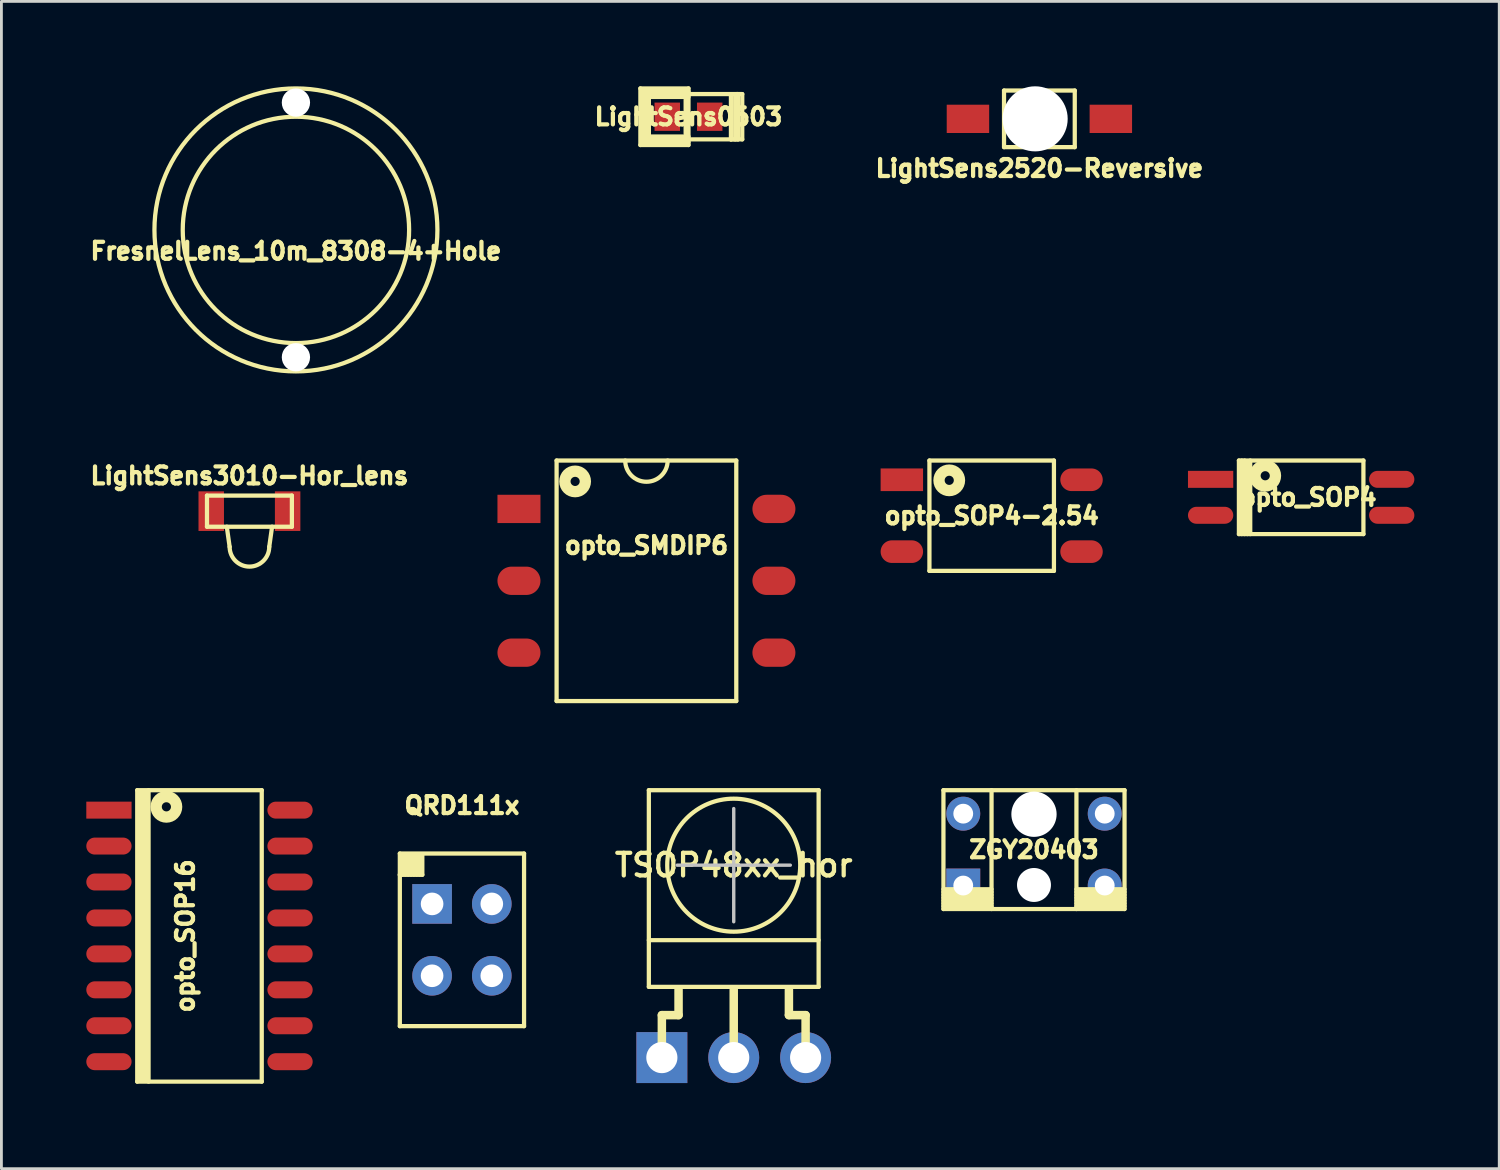
<source format=kicad_pcb>
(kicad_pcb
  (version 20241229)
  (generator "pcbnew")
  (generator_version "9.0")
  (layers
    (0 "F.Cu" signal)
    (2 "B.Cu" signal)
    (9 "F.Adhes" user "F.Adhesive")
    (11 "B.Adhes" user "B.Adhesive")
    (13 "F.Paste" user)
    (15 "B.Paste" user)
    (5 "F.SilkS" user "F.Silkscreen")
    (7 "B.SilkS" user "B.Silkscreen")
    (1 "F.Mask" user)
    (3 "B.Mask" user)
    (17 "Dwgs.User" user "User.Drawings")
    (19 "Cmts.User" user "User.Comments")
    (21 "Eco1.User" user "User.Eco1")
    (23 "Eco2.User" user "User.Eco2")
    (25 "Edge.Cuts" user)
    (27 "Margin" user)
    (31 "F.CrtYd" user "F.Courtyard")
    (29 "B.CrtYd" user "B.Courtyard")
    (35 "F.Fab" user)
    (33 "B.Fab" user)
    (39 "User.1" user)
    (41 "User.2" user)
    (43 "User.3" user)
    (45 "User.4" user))
  (footprint "TSOP48xx_hor"
    (layer "F.Cu")
    (at 22.88 27.525)
    (property "Reference" "TSOP48xx_hor" (at 0 0 0) (layer "F.SilkS") (effects (font (size 0.8 0.8) (thickness 0.15))))
    (attr through_hole)
    (fp_line (start -3 -2.65) (end -3 4.3) (stroke (width 0.15) (type default)) (layer "F.SilkS"))
    (fp_line (start -2.54 5.3) (end -1.95 5.3) (stroke (width 0.3) (type default)) (layer "F.SilkS"))
    (fp_line (start -2.54 6.8) (end -2.54 5.3) (stroke (width 0.3) (type default)) (layer "F.SilkS"))
    (fp_line (start -1.95 4.4) (end -1.95 5.3) (stroke (width 0.3) (type default)) (layer "F.SilkS"))
    (fp_line (start 0 4.4) (end 0 6.8) (stroke (width 0.3) (type default)) (layer "F.SilkS"))
    (fp_line (start 1.95 4.4) (end 1.95 5.3) (stroke (width 0.3) (type default)) (layer "F.SilkS"))
    (fp_line (start 2.54 5.3) (end 1.95 5.3) (stroke (width 0.3) (type default)) (layer "F.SilkS"))
    (fp_line (start 2.54 6.8) (end 2.54 5.3) (stroke (width 0.3) (type default)) (layer "F.SilkS"))
    (fp_line (start 3 -2.65) (end -3 -2.65) (stroke (width 0.15) (type default)) (layer "F.SilkS"))
    (fp_line (start 3 2.65) (end -3 2.65) (stroke (width 0.15) (type default)) (layer "F.SilkS"))
    (fp_line (start 3 4.3) (end -3 4.3) (stroke (width 0.15) (type default)) (layer "F.SilkS"))
    (fp_line (start 3 4.3) (end 3 -2.65) (stroke (width 0.15) (type default)) (layer "F.SilkS"))
    (fp_circle (center 0 0) (end 2.35 0) (stroke (width 0.15) (type default)) (fill no) (layer "F.SilkS"))
    (fp_line (start 0 2) (end 0 -2) (stroke (width 0.12) (type default)) (layer "Dwgs.User"))
    (fp_line (start 2 0) (end -2 0) (stroke (width 0.12) (type default)) (layer "Dwgs.User"))
    (pad "1" thru_hole rect (at -2.54 6.8) (size 1.8 1.8) (drill 1.1) (layers "*.Cu" "*.Mask"))
    (pad "2" thru_hole circle (at 0 6.8) (size 1.8 1.8) (drill 1.1) (layers "*.Cu" "*.Mask"))
    (pad "3" thru_hole circle (at 2.54 6.8) (size 1.8 1.8) (drill 1.1) (layers "*.Cu" "*.Mask")))
  (footprint "opto_SOP16"
    (layer "F.Cu")
    (at 4 30.025)
    (property "Reference" "opto_SOP16" (at -0.5 0 270) (layer "F.SilkS") (effects (font (size 0.6 0.6) (thickness 0.15))))
    (attr smd)
    (fp_line (start -2.2 -5.15) (end -2.2 5.15) (stroke (width 0.15) (type solid)) (layer "F.SilkS"))
    (fp_line (start -2.1 5.1) (end -2.1 -5.1) (stroke (width 0.15) (type solid)) (layer "F.SilkS"))
    (fp_line (start -2 -5.1) (end -2 5.1) (stroke (width 0.15) (type solid)) (layer "F.SilkS"))
    (fp_line (start -1.9 5.1) (end -1.9 -5.1) (stroke (width 0.15) (type solid)) (layer "F.SilkS"))
    (fp_line (start -1.8 -5.15) (end -1.8 5.15) (stroke (width 0.15) (type solid)) (layer "F.SilkS"))
    (fp_line (start 2.2 -5.15) (end -2.2 -5.15) (stroke (width 0.15) (type solid)) (layer "F.SilkS"))
    (fp_line (start 2.2 5.15) (end -2.2 5.15) (stroke (width 0.15) (type solid)) (layer "F.SilkS"))
    (fp_line (start 2.2 5.15) (end 2.2 -5.15) (stroke (width 0.15) (type solid)) (layer "F.SilkS"))
    (fp_circle (center -1.17 -4.562) (end -1.17 -4.4) (stroke (width 0.4) (type solid)) (fill no) (layer "F.SilkS"))
    (pad "1" smd rect (at -3.2 -4.445) (size 1.6 0.6) (layers "F.Cu" "F.Mask" "F.Paste"))
    (pad "2" smd oval (at -3.2 -3.175) (size 1.6 0.6) (layers "F.Cu" "F.Mask" "F.Paste"))
    (pad "3" smd oval (at -3.2 -1.905) (size 1.6 0.6) (layers "F.Cu" "F.Mask" "F.Paste"))
    (pad "4" smd oval (at -3.2 -0.635) (size 1.6 0.6) (layers "F.Cu" "F.Mask" "F.Paste"))
    (pad "5" smd oval (at -3.2 0.635) (size 1.6 0.6) (layers "F.Cu" "F.Mask" "F.Paste"))
    (pad "6" smd oval (at -3.2 1.905) (size 1.6 0.6) (layers "F.Cu" "F.Mask" "F.Paste"))
    (pad "7" smd oval (at -3.2 3.175) (size 1.6 0.6) (layers "F.Cu" "F.Mask" "F.Paste"))
    (pad "8" smd oval (at -3.2 4.445) (size 1.6 0.6) (layers "F.Cu" "F.Mask" "F.Paste"))
    (pad "9" smd oval (at 3.2 4.445) (size 1.6 0.6) (layers "F.Cu" "F.Mask" "F.Paste"))
    (pad "10" smd oval (at 3.2 3.175) (size 1.6 0.6) (layers "F.Cu" "F.Mask" "F.Paste"))
    (pad "11" smd oval (at 3.2 1.905) (size 1.6 0.6) (layers "F.Cu" "F.Mask" "F.Paste"))
    (pad "12" smd oval (at 3.2 0.635) (size 1.6 0.6) (layers "F.Cu" "F.Mask" "F.Paste"))
    (pad "13" smd oval (at 3.2 -0.635) (size 1.6 0.6) (layers "F.Cu" "F.Mask" "F.Paste"))
    (pad "14" smd oval (at 3.2 -1.905) (size 1.6 0.6) (layers "F.Cu" "F.Mask" "F.Paste"))
    (pad "15" smd oval (at 3.2 -3.175) (size 1.6 0.6) (layers "F.Cu" "F.Mask" "F.Paste"))
    (pad "16" smd oval (at 3.2 -4.445) (size 1.6 0.6) (layers "F.Cu" "F.Mask" "F.Paste")))
  (footprint "LightSens0603"
    (layer "F.Cu")
    (at 21.281 1.075)
    (property "Reference" "LightSens0603" (at 0 0 0) (layer "F.SilkS") (effects (font (size 0.6 0.6) (thickness 0.15))))
    (attr smd)
    (fp_line (start -1.7 -1) (end -1.7 1) (stroke (width 0.15) (type solid)) (layer "F.SilkS"))
    (fp_line (start -1.7 1) (end 0 1) (stroke (width 0.15) (type solid)) (layer "F.SilkS"))
    (fp_line (start -1.6 -0.9) (end 0 -0.9) (stroke (width 0.15) (type solid)) (layer "F.SilkS"))
    (fp_line (start -1.6 0.9) (end -1.6 -0.9) (stroke (width 0.15) (type solid)) (layer "F.SilkS"))
    (fp_line (start -1.5 -0.8) (end 1.5 -0.8) (stroke (width 0.15) (type solid)) (layer "F.SilkS"))
    (fp_line (start -1.5 0.8) (end -1.5 -0.8) (stroke (width 0.15) (type solid)) (layer "F.SilkS"))
    (fp_line (start -1.4 -0.7) (end 0 -0.7) (stroke (width 0.15) (type solid)) (layer "F.SilkS"))
    (fp_line (start -1.4 0.7) (end -1.4 -0.7) (stroke (width 0.15) (type solid)) (layer "F.SilkS"))
    (fp_line (start -0.1 0.6) (end -0.1 -0.6) (stroke (width 0.15) (type solid)) (layer "F.SilkS"))
    (fp_line (start 0 -1) (end -1.7 -1) (stroke (width 0.15) (type solid)) (layer "F.SilkS"))
    (fp_line (start 0 -0.8) (end 0 -1) (stroke (width 0.15) (type solid)) (layer "F.SilkS"))
    (fp_line (start 0 0.7) (end -1.4 0.7) (stroke (width 0.15) (type solid)) (layer "F.SilkS"))
    (fp_line (start 0 0.8) (end 0 -0.8) (stroke (width 0.15) (type solid)) (layer "F.SilkS"))
    (fp_line (start 0 0.9) (end -1.6 0.9) (stroke (width 0.15) (type solid)) (layer "F.SilkS"))
    (fp_line (start 0 1) (end 0 0.8) (stroke (width 0.15) (type solid)) (layer "F.SilkS"))
    (fp_line (start 1.5 -0.8) (end 1.5 0.8) (stroke (width 0.15) (type solid)) (layer "F.SilkS"))
    (fp_line (start 1.5 -0.8) (end 1.65 -0.8) (stroke (width 0.15) (type solid)) (layer "F.SilkS"))
    (fp_line (start 1.5 0.8) (end -1.5 0.8) (stroke (width 0.15) (type solid)) (layer "F.SilkS"))
    (fp_line (start 1.5 0.8) (end 1.75 0.8) (stroke (width 0.15) (type solid)) (layer "F.SilkS"))
    (fp_line (start 1.65 -0.8) (end 1.65 0.8) (stroke (width 0.15) (type solid)) (layer "F.SilkS"))
    (fp_line (start 1.65 0.8) (end 1.5 0.8) (stroke (width 0.15) (type solid)) (layer "F.SilkS"))
    (fp_line (start 1.7 -0.8) (end 1.9 -0.8) (stroke (width 0.15) (type solid)) (layer "F.SilkS"))
    (fp_line (start 1.75 -0.8) (end 1.65 -0.8) (stroke (width 0.15) (type solid)) (layer "F.SilkS"))
    (fp_line (start 1.75 0.8) (end 1.75 -0.8) (stroke (width 0.15) (type solid)) (layer "F.SilkS"))
    (fp_line (start 1.9 -0.8) (end 1.9 0.8) (stroke (width 0.15) (type solid)) (layer "F.SilkS"))
    (fp_line (start 1.9 0.8) (end 1.7 0.8) (stroke (width 0.15) (type solid)) (layer "F.SilkS"))
    (pad "C" smd rect (at -0.75 0) (size 0.9 1) (layers "F.Cu" "F.Mask" "F.Paste"))
    (pad "E" smd rect (at 0.75 0) (size 0.9 1) (layers "F.Cu" "F.Mask" "F.Paste")))
  (footprint "opto_SMDIP6"
    (layer "F.Cu")
    (at 19.795 17.475)
    (property "Reference" "opto_SMDIP6" (at 0 -1.25 0) (layer "F.SilkS") (effects (font (size 0.6 0.6) (thickness 0.15))))
    (attr smd)
    (fp_line (start -3.175 -4.25) (end -3.175 4.25) (stroke (width 0.15) (type solid)) (layer "F.SilkS"))
    (fp_line (start 3.175 -4.25) (end -3.175 -4.25) (stroke (width 0.15) (type solid)) (layer "F.SilkS"))
    (fp_line (start 3.175 4.25) (end -3.175 4.25) (stroke (width 0.15) (type solid)) (layer "F.SilkS"))
    (fp_line (start 3.175 4.25) (end 3.175 -4.25) (stroke (width 0.15) (type solid)) (layer "F.SilkS"))
    (fp_arc (start 0.75 -4.25) (mid 0 -3.5) (end -0.75 -4.25) (stroke (width 0.15) (type solid)) (layer "F.SilkS"))
    (fp_circle (center -2.52 -3.512) (end -2.52 -3.35) (stroke (width 0.4) (type solid)) (fill no) (layer "F.SilkS"))
    (pad "1" smd rect (at -4.505 -2.54) (size 1.52 1) (layers "F.Cu" "F.Mask" "F.Paste"))
    (pad "2" smd oval (at -4.505 0) (size 1.52 1) (layers "F.Cu" "F.Mask" "F.Paste"))
    (pad "3" smd oval (at -4.505 2.54) (size 1.52 1) (layers "F.Cu" "F.Mask" "F.Paste"))
    (pad "4" smd oval (at 4.505 2.54) (size 1.52 1) (layers "F.Cu" "F.Mask" "F.Paste"))
    (pad "5" smd oval (at 4.505 0) (size 1.52 1) (layers "F.Cu" "F.Mask" "F.Paste"))
    (pad "6" smd oval (at 4.505 -2.54) (size 1.52 1) (layers "F.Cu" "F.Mask" "F.Paste")))
  (footprint "QRD111x"
    (layer "F.Cu")
    (at 13.275 30.164)
    (property "Reference" "QRD111x" (at 0 -4.75 0) (layer "F.SilkS") (effects (font (size 0.6 0.6) (thickness 0.15))))
    (attr through_hole)
    (fp_line (start -2.2 -2.3) (end -1.4 -2.3) (stroke (width 0.15) (type solid)) (layer "F.SilkS"))
    (fp_line (start -2.195 3.05) (end -2.195 -3.05) (stroke (width 0.15) (type solid)) (layer "F.SilkS"))
    (fp_line (start -2.1 -2.3) (end -2.1 -3) (stroke (width 0.15) (type solid)) (layer "F.SilkS"))
    (fp_line (start -2 -2.3) (end -2 -3) (stroke (width 0.15) (type solid)) (layer "F.SilkS"))
    (fp_line (start -1.9 -2.3) (end -1.9 -3) (stroke (width 0.15) (type solid)) (layer "F.SilkS"))
    (fp_line (start -1.8 -2.3) (end -1.8 -3) (stroke (width 0.15) (type solid)) (layer "F.SilkS"))
    (fp_line (start -1.7 -2.3) (end -1.7 -3) (stroke (width 0.15) (type solid)) (layer "F.SilkS"))
    (fp_line (start -1.6 -2.3) (end -1.6 -3) (stroke (width 0.15) (type solid)) (layer "F.SilkS"))
    (fp_line (start -1.5 -2.3) (end -1.5 -3) (stroke (width 0.15) (type solid)) (layer "F.SilkS"))
    (fp_line (start -1.4 -2.3) (end -1.4 -3) (stroke (width 0.15) (type solid)) (layer "F.SilkS"))
    (fp_line (start 2.195 -3.05) (end -2.195 -3.05) (stroke (width 0.15) (type solid)) (layer "F.SilkS"))
    (fp_line (start 2.195 3.05) (end -2.195 3.05) (stroke (width 0.15) (type solid)) (layer "F.SilkS"))
    (fp_line (start 2.195 3.05) (end 2.195 -3.05) (stroke (width 0.15) (type solid)) (layer "F.SilkS"))
    (pad "1" thru_hole rect (at -1.055 -1.27) (size 1.4 1.4) (drill 0.8) (layers "*.Cu" "*.Mask"))
    (pad "2" thru_hole circle (at -1.055 1.27) (size 1.4 1.4) (drill 0.8) (layers "*.Cu" "*.Mask"))
    (pad "3" thru_hole circle (at 1.055 1.27) (size 1.4 1.4) (drill 0.8) (layers "*.Cu" "*.Mask"))
    (pad "4" thru_hole circle (at 1.055 -1.27) (size 1.4 1.4) (drill 0.8) (layers "*.Cu" "*.Mask")))
  (footprint "opto_SOP4"
    (layer "F.Cu")
    (at 42.933 14.525)
    (property "Reference" "opto_SOP4" (at 0.25 0 0) (layer "F.SilkS") (effects (font (size 0.6 0.6) (thickness 0.15))))
    (attr smd)
    (fp_line (start -2.2 -1.3) (end -2.2 1.3) (stroke (width 0.15) (type solid)) (layer "F.SilkS"))
    (fp_line (start -2.1 1.3) (end -2.1 -1.3) (stroke (width 0.15) (type solid)) (layer "F.SilkS"))
    (fp_line (start -2 -1.3) (end -2 1.3) (stroke (width 0.15) (type solid)) (layer "F.SilkS"))
    (fp_line (start -1.9 1.3) (end -1.9 -1.2) (stroke (width 0.15) (type solid)) (layer "F.SilkS"))
    (fp_line (start -1.8 -1.3) (end -1.8 1.3) (stroke (width 0.15) (type solid)) (layer "F.SilkS"))
    (fp_line (start 2.2 -1.3) (end -2.2 -1.3) (stroke (width 0.15) (type solid)) (layer "F.SilkS"))
    (fp_line (start 2.2 1.3) (end -2.2 1.3) (stroke (width 0.15) (type solid)) (layer "F.SilkS"))
    (fp_line (start 2.2 1.3) (end 2.2 -1.3) (stroke (width 0.15) (type solid)) (layer "F.SilkS"))
    (fp_circle (center -1.27 -0.762) (end -1.27 -0.6) (stroke (width 0.4) (type solid)) (fill no) (layer "F.SilkS"))
    (pad "1" smd rect (at -3.2 -0.635) (size 1.6 0.6) (layers "F.Cu" "F.Mask" "F.Paste"))
    (pad "2" smd oval (at -3.2 0.635) (size 1.6 0.6) (layers "F.Cu" "F.Mask" "F.Paste"))
    (pad "3" smd oval (at 3.2 -0.635) (size 1.6 0.6) (layers "F.Cu" "F.Mask" "F.Paste"))
    (pad "4" smd oval (at 3.2 0.635) (size 1.6 0.6) (layers "F.Cu" "F.Mask" "F.Paste")))
  (footprint "LightSens2520-Reversive"
    (layer "F.Cu")
    (at 33.682 1.15)
    (property "Reference" "LightSens2520-Reversive" (at 0 1.75 180) (layer "F.SilkS") (effects (font (size 0.6 0.6) (thickness 0.15))))
    (attr smd)
    (fp_line (start -1.25 -1) (end -1.25 1) (stroke (width 0.15) (type solid)) (layer "F.SilkS"))
    (fp_line (start -1.25 1) (end 1.25 1) (stroke (width 0.15) (type solid)) (layer "F.SilkS"))
    (fp_line (start 1.25 -1) (end -1.25 -1) (stroke (width 0.15) (type solid)) (layer "F.SilkS"))
    (fp_line (start 1.25 1) (end 1.25 -1) (stroke (width 0.15) (type solid)) (layer "F.SilkS"))
    (fp_circle (center -0.15 0) (end 0.8 0) (stroke (width 0.15) (type solid)) (fill no) (layer "Dwgs.User"))
    (pad "" np_thru_hole circle (at -0.15 0) (size 2.3 2.3) (drill 2.3) (layers "*.Cu" "*.Mask"))
    (pad "C" smd rect (at 2.525 0) (size 1.5 1) (layers "F.Cu" "F.Mask" "F.Paste"))
    (pad "E" smd rect (at -2.525 0) (size 1.5 1) (layers "F.Cu" "F.Mask" "F.Paste")))
  (footprint "FresnelLens_10m_8308-4+Hole"
    (layer "F.Cu")
    (at 7.408 5.075)
    (property "Reference" "FresnelLens_10m_8308-4+Hole" (at 0 0.75 0) (layer "F.SilkS") (effects (font (size 0.6 0.6) (thickness 0.15))))
    (attr through_hole)
    (fp_circle (center 0 0) (end 4 0) (stroke (width 0.15) (type solid)) (fill no) (layer "F.SilkS"))
    (fp_circle (center 0 0) (end 5 0) (stroke (width 0.15) (type solid)) (fill no) (layer "F.SilkS"))
    (pad "" np_thru_hole circle (at 0 -4.5) (size 1 1) (drill 1) (layers "*.Cu" "*.Mask"))
    (pad "" np_thru_hole circle (at 0 4.5) (size 1 1) (drill 1) (layers "*.Cu" "*.Mask")))
  (footprint "LightSens3010-Hor_lens"
    (layer "F.Cu")
    (at 5.765 15.014)
    (property "Reference" "LightSens3010-Hor_lens" (at 0 -1.25 180) (layer "F.SilkS") (effects (font (size 0.6 0.6) (thickness 0.15))))
    (attr smd)
    (fp_line (start -1.5 -0.55) (end -1.5 0.55) (stroke (width 0.15) (type solid)) (layer "F.SilkS"))
    (fp_line (start -1.5 -0.55) (end 1.5 -0.55) (stroke (width 0.15) (type solid)) (layer "F.SilkS"))
    (fp_line (start -0.7 1.26) (end -0.8 0.55) (stroke (width 0.15) (type solid)) (layer "F.SilkS"))
    (fp_line (start 0.7 1.26) (end 0.8 0.55) (stroke (width 0.15) (type solid)) (layer "F.SilkS"))
    (fp_line (start 1.5 -0.55) (end 1.5 0.55) (stroke (width 0.15) (type solid)) (layer "F.SilkS"))
    (fp_line (start 1.5 0.55) (end -1.5 0.55) (stroke (width 0.15) (type solid)) (layer "F.SilkS"))
    (fp_arc (start 0.7 1.26) (mid 0 1.96) (end -0.7 1.26) (stroke (width 0.15) (type solid)) (layer "F.SilkS"))
    (pad "C" smd rect (at -1.35 0) (size 0.9 1.4) (layers "F.Cu" "F.Mask" "F.Paste"))
    (pad "E" smd rect (at 1.35 0) (size 0.9 1.4) (layers "F.Cu" "F.Mask" "F.Paste")))
  (footprint "opto_SOP4-2.54"
    (layer "F.Cu")
    (at 31.996 15.175)
    (property "Reference" "opto_SOP4-2.54" (at 0 0 0) (layer "F.SilkS") (effects (font (size 0.6 0.6) (thickness 0.15))))
    (attr smd)
    (fp_line (start -2.2 -1.95) (end -2.2 1.95) (stroke (width 0.15) (type solid)) (layer "F.SilkS"))
    (fp_line (start 2.2 -1.95) (end -2.2 -1.95) (stroke (width 0.15) (type solid)) (layer "F.SilkS"))
    (fp_line (start 2.2 1.95) (end -2.2 1.95) (stroke (width 0.15) (type solid)) (layer "F.SilkS"))
    (fp_line (start 2.2 1.95) (end 2.2 -1.95) (stroke (width 0.15) (type solid)) (layer "F.SilkS"))
    (fp_circle (center -1.5 -1.25) (end -1.5 -1.088) (stroke (width 0.4) (type solid)) (fill no) (layer "F.SilkS"))
    (pad "1" smd rect (at -3.175 -1.27) (size 1.5 0.8) (layers "F.Cu" "F.Mask" "F.Paste"))
    (pad "2" smd oval (at -3.175 1.27) (size 1.5 0.8) (layers "F.Cu" "F.Mask" "F.Paste"))
    (pad "3" smd oval (at 3.175 1.27) (size 1.5 0.8) (layers "F.Cu" "F.Mask" "F.Paste"))
    (pad "4" smd oval (at 3.175 -1.27) (size 1.5 0.8) (layers "F.Cu" "F.Mask" "F.Paste")))
  (footprint "ZGY20403"
    (layer "F.Cu")
    (at 33.491 26.975)
    (property "Reference" "ZGY20403" (at 0 0 0) (layer "F.SilkS") (effects (font (size 0.6 0.6) (thickness 0.15))))
    (attr through_hole)
    (fp_line (start -3.2 -2.1) (end -3.2 2.1) (stroke (width 0.15) (type solid)) (layer "F.SilkS"))
    (fp_line (start -3.2 1.7) (end -1.5 1.7) (stroke (width 0.15) (type solid)) (layer "F.SilkS"))
    (fp_line (start -3.2 1.9) (end -1.5 1.9) (stroke (width 0.15) (type solid)) (layer "F.SilkS"))
    (fp_line (start -1.5 1.4) (end -3.2 1.4) (stroke (width 0.15) (type solid)) (layer "F.SilkS"))
    (fp_line (start -1.5 1.5) (end -3.2 1.5) (stroke (width 0.15) (type solid)) (layer "F.SilkS"))
    (fp_line (start -1.5 1.6) (end -3.2 1.6) (stroke (width 0.15) (type solid)) (layer "F.SilkS"))
    (fp_line (start -1.5 1.8) (end -3.2 1.8) (stroke (width 0.15) (type solid)) (layer "F.SilkS"))
    (fp_line (start -1.5 2) (end -3.2 2) (stroke (width 0.15) (type solid)) (layer "F.SilkS"))
    (fp_line (start -1.5 2.1) (end -1.5 -2.1) (stroke (width 0.15) (type solid)) (layer "F.SilkS"))
    (fp_line (start 1.5 1.5) (end 3.2 1.5) (stroke (width 0.15) (type solid)) (layer "F.SilkS"))
    (fp_line (start 1.5 1.7) (end 3.2 1.7) (stroke (width 0.15) (type solid)) (layer "F.SilkS"))
    (fp_line (start 1.5 1.9) (end 3.2 1.9) (stroke (width 0.15) (type solid)) (layer "F.SilkS"))
    (fp_line (start 1.5 2.1) (end 1.5 -2.1) (stroke (width 0.15) (type solid)) (layer "F.SilkS"))
    (fp_line (start 3.2 -2.1) (end -3.2 -2.1) (stroke (width 0.15) (type solid)) (layer "F.SilkS"))
    (fp_line (start 3.2 1.4) (end 1.5 1.4) (stroke (width 0.15) (type solid)) (layer "F.SilkS"))
    (fp_line (start 3.2 1.6) (end 1.5 1.6) (stroke (width 0.15) (type solid)) (layer "F.SilkS"))
    (fp_line (start 3.2 1.8) (end 1.5 1.8) (stroke (width 0.15) (type solid)) (layer "F.SilkS"))
    (fp_line (start 3.2 2) (end 1.5 2) (stroke (width 0.15) (type solid)) (layer "F.SilkS"))
    (fp_line (start 3.2 2.1) (end -3.2 2.1) (stroke (width 0.15) (type solid)) (layer "F.SilkS"))
    (fp_line (start 3.2 2.1) (end 3.2 -2.1) (stroke (width 0.15) (type solid)) (layer "F.SilkS"))
    (pad "" np_thru_hole circle (at 0 -1.25) (size 1.6 1.6) (drill 1.6) (layers "*.Cu" "*.Mask"))
    (pad "" np_thru_hole circle (at 0 1.25) (size 1.2 1.2) (drill 1.2) (layers "*.Cu" "*.Mask"))
    (pad "1" thru_hole rect (at -2.5 1.27) (size 1.2 1.2) (drill 0.7) (layers "*.Cu" "*.Mask"))
    (pad "2" thru_hole circle (at -2.5 -1.27) (size 1.2 1.2) (drill 0.7) (layers "*.Cu" "*.Mask"))
    (pad "3" thru_hole circle (at 2.5 -1.27) (size 1.2 1.2) (drill 0.7) (layers "*.Cu" "*.Mask"))
    (pad "4" thru_hole circle (at 2.5 1.27) (size 1.2 1.2) (drill 0.7) (layers "*.Cu" "*.Mask")))
  (gr_rect
    (start -3 -3)
    (end 49.933 38.25)
    (stroke (width 0.1) (type default))
    (fill no)
    (layer "Edge.Cuts")))
</source>
